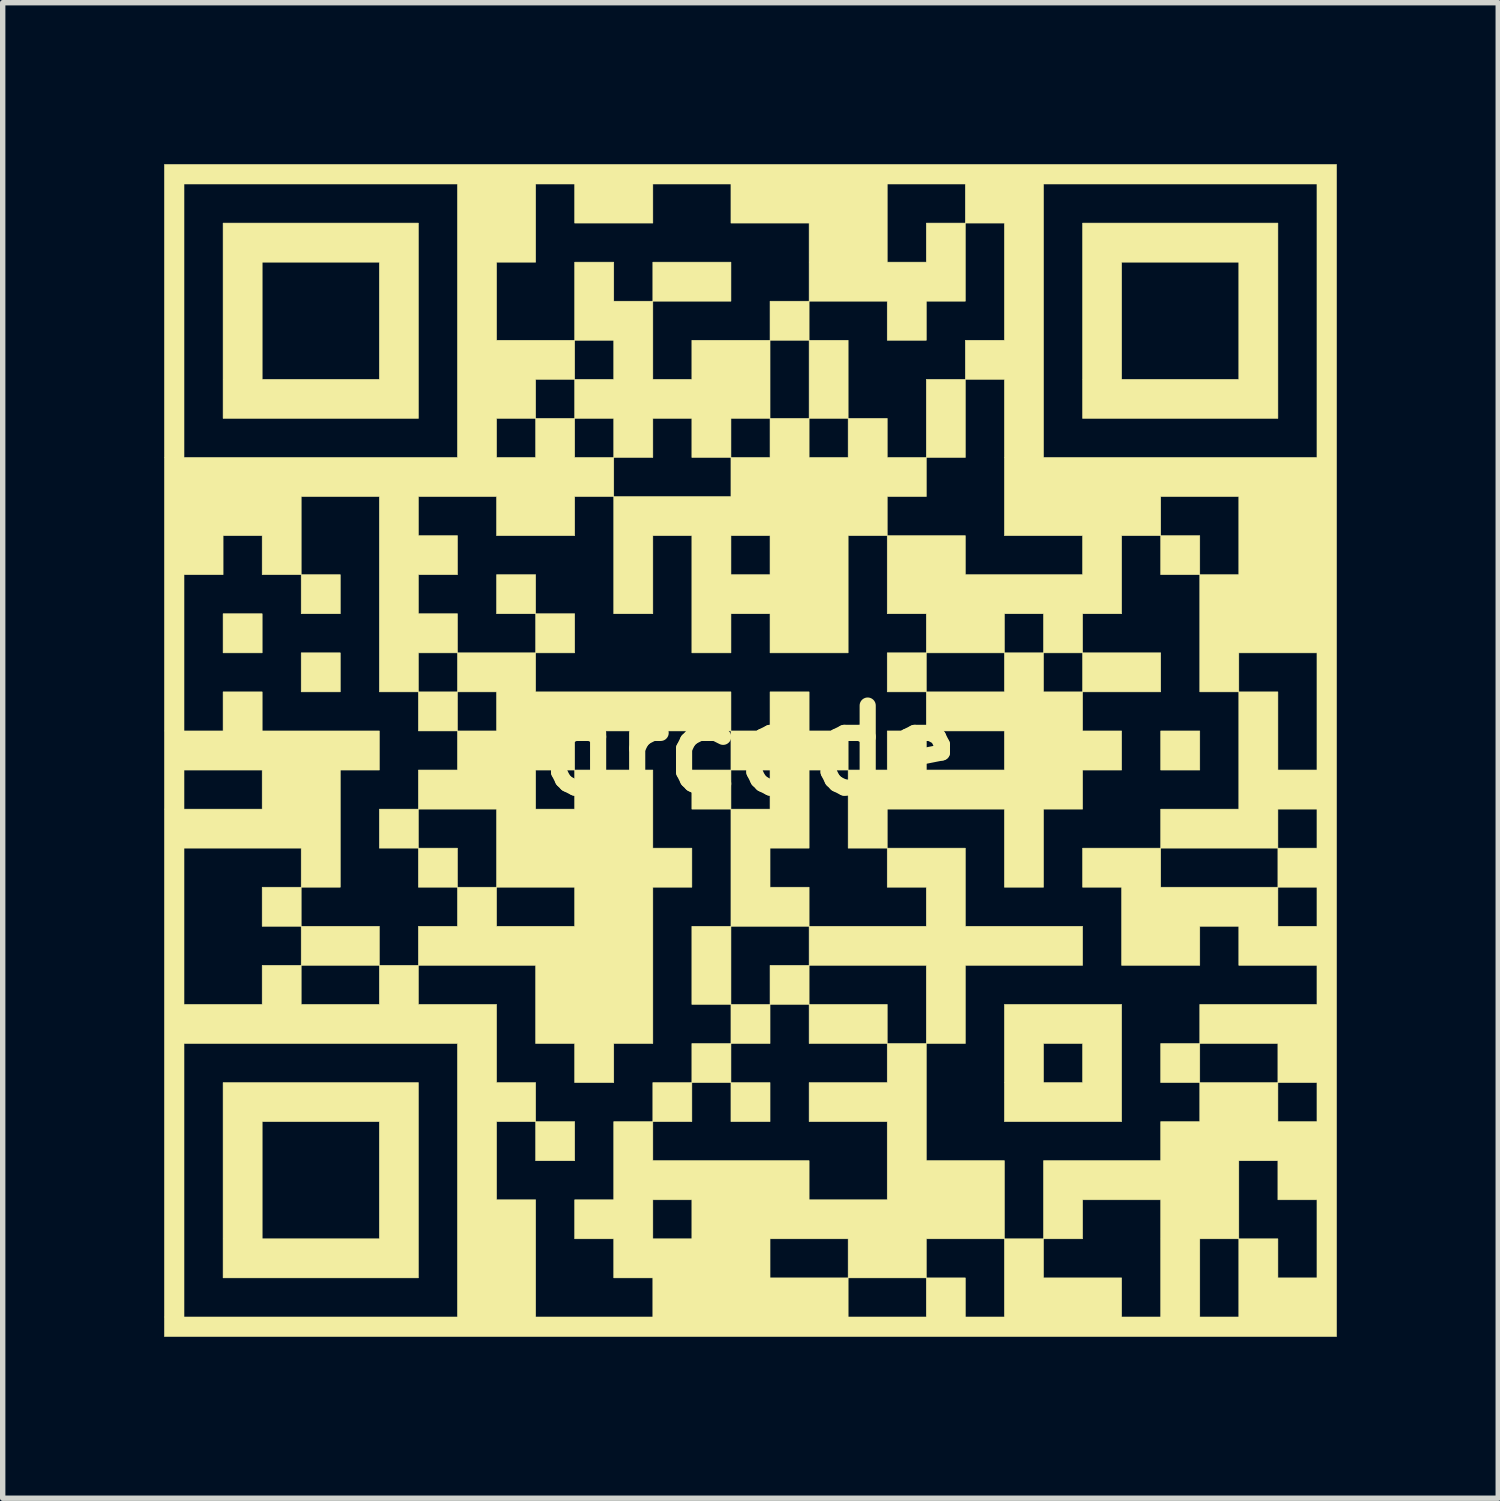
<source format=kicad_pcb>
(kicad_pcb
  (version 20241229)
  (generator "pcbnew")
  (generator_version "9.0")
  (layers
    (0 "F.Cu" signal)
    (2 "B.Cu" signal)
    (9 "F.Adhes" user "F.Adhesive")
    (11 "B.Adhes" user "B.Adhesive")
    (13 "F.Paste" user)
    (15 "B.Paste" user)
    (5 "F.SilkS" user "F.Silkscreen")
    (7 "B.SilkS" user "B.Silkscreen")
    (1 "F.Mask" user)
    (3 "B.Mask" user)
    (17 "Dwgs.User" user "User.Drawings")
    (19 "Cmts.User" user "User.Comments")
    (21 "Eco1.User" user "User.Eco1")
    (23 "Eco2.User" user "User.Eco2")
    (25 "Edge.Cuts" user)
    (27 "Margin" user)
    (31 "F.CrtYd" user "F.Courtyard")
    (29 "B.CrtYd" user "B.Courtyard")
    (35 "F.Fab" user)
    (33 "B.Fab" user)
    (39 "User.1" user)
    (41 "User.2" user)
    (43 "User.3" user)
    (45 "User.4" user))
  (footprint "qrcode"
    (layer "F.Cu")
    (at 10.891 10.891)
    (property "Reference" "qrcode" (at 0 0 0) (layer "F.SilkS") (effects (font (size 1.524 1.524) (thickness 0.3))))
    (attr through_hole)
    (fp_poly (pts (xy -9.071 -1.814) (xy -9.797 -1.814) (xy -9.797 -2.54) (xy -9.071 -2.54) (xy -9.071 -1.814)) (stroke (width 0.01) (type solid)) (fill yes) (layer "F.SilkS"))
    (fp_poly (pts (xy -9.071 3.266) (xy -9.071 2.54) (xy -8.346 2.54) (xy -8.346 3.266) (xy -9.071 3.266)) (stroke (width 0.01) (type solid)) (fill yes) (layer "F.SilkS"))
    (fp_poly (pts (xy -7.62 -2.54) (xy -8.346 -2.54) (xy -8.346 -3.266) (xy -7.62 -3.266) (xy -7.62 -2.54)) (stroke (width 0.01) (type solid)) (fill yes) (layer "F.SilkS"))
    (fp_poly (pts (xy -7.62 -1.089) (xy -8.346 -1.089) (xy -8.346 -1.814) (xy -7.62 -1.814) (xy -7.62 -1.089)) (stroke (width 0.01) (type solid)) (fill yes) (layer "F.SilkS"))
    (fp_poly (pts (xy -6.894 3.266) (xy -6.894 3.991) (xy -8.346 3.991) (xy -8.346 3.266) (xy -6.894 3.266)) (stroke (width 0.01) (type solid)) (fill yes) (layer "F.SilkS"))
    (fp_poly (pts (xy -4.717 -2.54) (xy -4.717 -3.266) (xy -3.991 -3.266) (xy -3.991 -2.54) (xy -4.717 -2.54)) (stroke (width 0.01) (type solid)) (fill yes) (layer "F.SilkS"))
    (fp_poly (pts (xy -3.991 -2.54) (xy -3.266 -2.54) (xy -3.266 -1.814) (xy -3.991 -1.814) (xy -3.991 -2.54)) (stroke (width 0.01) (type solid)) (fill yes) (layer "F.SilkS"))
    (fp_poly (pts (xy -3.266 7.62) (xy -3.991 7.62) (xy -3.991 6.894) (xy -3.266 6.894) (xy -3.266 7.62)) (stroke (width 0.01) (type solid)) (fill yes) (layer "F.SilkS"))
    (fp_poly (pts (xy -1.814 -9.071) (xy -0.363 -9.071) (xy -0.363 -8.346) (xy -1.814 -8.346) (xy -1.814 -9.071)) (stroke (width 0.01) (type solid)) (fill yes) (layer "F.SilkS"))
    (fp_poly (pts (xy -1.089 5.443) (xy -0.363 5.443) (xy -0.363 6.169) (xy -1.089 6.169) (xy -1.089 5.443)) (stroke (width 0.01) (type solid)) (fill yes) (layer "F.SilkS"))
    (fp_poly (pts (xy -1.089 6.894) (xy -1.814 6.894) (xy -1.814 6.169) (xy -1.089 6.169) (xy -1.089 6.894)) (stroke (width 0.01) (type solid)) (fill yes) (layer "F.SilkS"))
    (fp_poly (pts (xy 0.363 -8.346) (xy 1.089 -8.346) (xy 1.089 -7.62) (xy 0.363 -7.62) (xy 0.363 -8.346)) (stroke (width 0.01) (type solid)) (fill yes) (layer "F.SilkS"))
    (fp_poly (pts (xy 0.363 6.894) (xy -0.363 6.894) (xy -0.363 6.169) (xy 0.363 6.169) (xy 0.363 6.894)) (stroke (width 0.01) (type solid)) (fill yes) (layer "F.SilkS"))
    (fp_poly (pts (xy 2.54 -1.089) (xy 2.54 -1.814) (xy 3.266 -1.814) (xy 3.266 -1.089) (xy 2.54 -1.089)) (stroke (width 0.01) (type solid)) (fill yes) (layer "F.SilkS"))
    (fp_poly (pts (xy 2.54 5.443) (xy 1.089 5.443) (xy 1.089 4.717) (xy 2.54 4.717) (xy 2.54 5.443)) (stroke (width 0.01) (type solid)) (fill yes) (layer "F.SilkS"))
    (fp_poly (pts (xy 3.266 -6.894) (xy 3.991 -6.894) (xy 3.991 -5.443) (xy 3.266 -5.443) (xy 3.266 -6.894)) (stroke (width 0.01) (type solid)) (fill yes) (layer "F.SilkS"))
    (fp_poly (pts (xy 6.169 -1.814) (xy 7.62 -1.814) (xy 7.62 -1.089) (xy 6.169 -1.089) (xy 6.169 -1.814)) (stroke (width 0.01) (type solid)) (fill yes) (layer "F.SilkS"))
    (fp_poly (pts (xy 8.346 -3.266) (xy 7.62 -3.266) (xy 7.62 -3.991) (xy 8.346 -3.991) (xy 8.346 -3.266)) (stroke (width 0.01) (type solid)) (fill yes) (layer "F.SilkS"))
    (fp_poly (pts (xy 8.346 0.363) (xy 7.62 0.363) (xy 7.62 -0.363) (xy 8.346 -0.363) (xy 8.346 0.363)) (stroke (width 0.01) (type solid)) (fill yes) (layer "F.SilkS"))
    (fp_poly (pts (xy 8.346 6.169) (xy 7.62 6.169) (xy 7.62 5.443) (xy 8.346 5.443) (xy 8.346 6.169)) (stroke (width 0.01) (type solid)) (fill yes) (layer "F.SilkS"))
    (fp_poly (pts (xy -6.169 -6.169) (xy -9.797 -6.169) (xy -9.797 -9.071) (xy -9.071 -9.071) (xy -9.071 -6.894) (xy -6.894 -6.894) (xy -6.894 -9.071) (xy -9.071 -9.071) (xy -9.797 -9.071) (xy -9.797 -9.797) (xy -6.169 -9.797) (xy -6.169 -6.169)) (stroke (width 0.01) (type solid)) (fill yes) (layer "F.SilkS"))
    (fp_poly (pts (xy -6.169 9.797) (xy -9.797 9.797) (xy -9.797 6.894) (xy -9.071 6.894) (xy -9.071 9.071) (xy -6.894 9.071) (xy -6.894 6.894) (xy -9.071 6.894) (xy -9.797 6.894) (xy -9.797 6.169) (xy -6.169 6.169) (xy -6.169 9.797)) (stroke (width 0.01) (type solid)) (fill yes) (layer "F.SilkS"))
    (fp_poly (pts (xy 6.894 6.894) (xy 4.717 6.894) (xy 4.717 5.443) (xy 5.443 5.443) (xy 5.443 6.169) (xy 6.169 6.169) (xy 6.169 5.443) (xy 5.443 5.443) (xy 4.717 5.443) (xy 4.717 4.717) (xy 6.894 4.717) (xy 6.894 6.894)) (stroke (width 0.01) (type solid)) (fill yes) (layer "F.SilkS"))
    (fp_poly (pts (xy 9.797 -6.169) (xy 6.169 -6.169) (xy 6.169 -9.071) (xy 6.894 -9.071) (xy 6.894 -6.894) (xy 9.071 -6.894) (xy 9.071 -9.071) (xy 6.894 -9.071) (xy 6.169 -9.071) (xy 6.169 -9.797) (xy 9.797 -9.797) (xy 9.797 -6.169)) (stroke (width 0.01) (type solid)) (fill yes) (layer "F.SilkS"))
    (fp_poly (pts (xy -1.814 -6.894) (xy -1.089 -6.894) (xy -1.089 -7.62) (xy 0.363 -7.62) (xy 0.363 -6.169) (xy -0.363 -6.169) (xy -0.363 -5.443) (xy -1.089 -5.443) (xy -1.089 -6.169) (xy -1.814 -6.169) (xy -1.814 -5.443) (xy -2.54 -5.443) (xy -2.54 -6.169) (xy -3.266 -6.169) (xy -3.266 -6.894) (xy -2.54 -6.894) (xy -2.54 -7.62) (xy -3.266 -7.62) (xy -3.266 -9.071) (xy -2.54 -9.071) (xy -2.54 -8.346) (xy -1.814 -8.346) (xy -1.814 -6.894)) (stroke (width 0.01) (type solid)) (fill yes) (layer "F.SilkS"))
    (fp_poly (pts (xy 2.54 -6.169) (xy 2.54 -5.443) (xy 3.266 -5.443) (xy 3.266 -4.717) (xy 2.54 -4.717) (xy 2.54 -3.991) (xy 1.814 -3.991) (xy 1.814 -1.814) (xy 0.363 -1.814) (xy 0.363 -2.54) (xy -0.363 -2.54) (xy -0.363 -1.814) (xy -1.089 -1.814) (xy -1.089 -3.991) (xy -0.363 -3.991) (xy -0.363 -3.266) (xy 0.363 -3.266) (xy 0.363 -3.991) (xy -0.363 -3.991) (xy -1.089 -3.991) (xy -1.814 -3.991) (xy -1.814 -2.54) (xy -2.54 -2.54) (xy -2.54 -4.717) (xy -0.363 -4.717) (xy -0.363 -5.443) (xy 0.363 -5.443) (xy 0.363 -6.169) (xy 1.089 -6.169) (xy 1.089 -5.443) (xy 1.814 -5.443) (xy 1.814 -6.169) (xy 1.089 -6.169) (xy 1.089 -7.62) (xy 1.814 -7.62) (xy 1.814 -6.169) (xy 2.54 -6.169)) (stroke (width 0.01) (type solid)) (fill yes) (layer "F.SilkS"))
    (fp_poly (pts (xy -3.266 -0.363) (xy -3.266 0.363) (xy -1.814 0.363) (xy -1.814 1.814) (xy -1.089 1.814) (xy -1.089 2.54) (xy -1.814 2.54) (xy -1.814 5.443) (xy -2.54 5.443) (xy -2.54 6.169) (xy -3.266 6.169) (xy -3.266 5.443) (xy -3.991 5.443) (xy -3.991 3.991) (xy -6.169 3.991) (xy -6.169 3.266) (xy -5.443 3.266) (xy -4.717 3.266) (xy -3.266 3.266) (xy -3.266 2.54) (xy -4.717 2.54) (xy -4.717 3.266) (xy -5.443 3.266) (xy -5.443 2.54) (xy -6.169 2.54) (xy -6.169 1.814) (xy -6.894 1.814) (xy -6.894 1.089) (xy -6.169 1.089) (xy -6.169 1.814) (xy -5.443 1.814) (xy -5.443 2.54) (xy -4.717 2.54) (xy -4.717 1.089) (xy -6.169 1.089) (xy -6.169 0.363) (xy -5.443 0.363) (xy -3.991 0.363) (xy -3.991 1.089) (xy -3.266 1.089) (xy -3.266 0.363) (xy -3.991 0.363) (xy -5.443 0.363) (xy -5.443 -0.363) (xy -6.169 -0.363) (xy -6.169 -1.089) (xy -5.443 -1.089) (xy -5.443 -0.363) (xy -4.717 -0.363) (xy -4.717 -1.089) (xy -5.443 -1.089) (xy -5.443 -1.814) (xy -3.991 -1.814) (xy -3.991 -1.089) (xy -0.363 -1.089) (xy -0.363 -0.363) (xy -3.266 -0.363)) (stroke (width 0.01) (type solid)) (fill yes) (layer "F.SilkS"))
    (fp_poly (pts (xy 4.717 -1.089) (xy 4.717 -1.814) (xy 5.443 -1.814) (xy 5.443 -1.089) (xy 6.169 -1.089) (xy 6.169 -0.363) (xy 6.894 -0.363) (xy 6.894 0.363) (xy 6.169 0.363) (xy 6.169 1.089) (xy 5.443 1.089) (xy 5.443 2.54) (xy 4.717 2.54) (xy 4.717 1.089) (xy 2.54 1.089) (xy 2.54 1.814) (xy 3.991 1.814) (xy 3.991 3.266) (xy 6.169 3.266) (xy 6.169 3.991) (xy 3.991 3.991) (xy 3.991 5.443) (xy 3.266 5.443) (xy 3.266 3.991) (xy 1.089 3.991) (xy 1.089 4.717) (xy 0.363 4.717) (xy 0.363 5.443) (xy -0.363 5.443) (xy -0.363 4.717) (xy -1.089 4.717) (xy -1.089 3.266) (xy -0.363 3.266) (xy -0.363 4.717) (xy 0.363 4.717) (xy 0.363 3.991) (xy 1.089 3.991) (xy 1.089 3.266) (xy -0.363 3.266) (xy -0.363 1.814) (xy 0.363 1.814) (xy 0.363 2.54) (xy 1.089 2.54) (xy 1.089 3.266) (xy 3.266 3.266) (xy 3.266 2.54) (xy 2.54 2.54) (xy 2.54 1.814) (xy 1.814 1.814) (xy 1.814 0.363) (xy 1.089 0.363) (xy 1.089 1.814) (xy 0.363 1.814) (xy -0.363 1.814) (xy -0.363 1.089) (xy -1.089 1.089) (xy -1.089 0.363) (xy -0.363 0.363) (xy -0.363 1.089) (xy 0.363 1.089) (xy 0.363 0.363) (xy -0.363 0.363) (xy -0.363 -0.363) (xy 0.363 -0.363) (xy 0.363 -1.089) (xy 1.089 -1.089) (xy 1.089 -0.363) (xy 1.814 -0.363) (xy 1.814 0.363) (xy 2.54 0.363) (xy 2.54 -0.363) (xy 3.266 -0.363) (xy 3.266 0.363) (xy 4.717 0.363) (xy 4.717 -0.363) (xy 3.266 -0.363) (xy 3.266 -1.089) (xy 4.717 -1.089)) (stroke (width 0.01) (type solid)) (fill yes) (layer "F.SilkS"))
    (fp_poly (pts (xy 10.886 10.886) (xy -10.886 10.886) (xy -10.886 5.443) (xy -10.523 5.443) (xy -10.523 10.523) (xy -5.443 10.523) (xy -5.443 5.443) (xy -10.523 5.443) (xy -10.886 5.443) (xy -10.886 0.363) (xy -10.523 0.363) (xy -10.523 1.089) (xy -9.071 1.089) (xy -9.071 0.363) (xy -10.523 0.363) (xy -10.886 0.363) (xy -10.886 -3.266) (xy -10.523 -3.266) (xy -10.523 -0.363) (xy -9.797 -0.363) (xy -9.797 -1.089) (xy -9.071 -1.089) (xy -9.071 -0.363) (xy -6.894 -0.363) (xy -6.894 0.363) (xy -7.62 0.363) (xy -7.62 2.54) (xy -8.346 2.54) (xy -8.346 1.814) (xy -10.523 1.814) (xy -10.523 4.717) (xy -9.071 4.717) (xy -9.071 3.991) (xy -8.346 3.991) (xy -8.346 4.717) (xy -6.894 4.717) (xy -6.894 3.991) (xy -6.169 3.991) (xy -6.169 4.717) (xy -4.717 4.717) (xy -4.717 6.169) (xy -3.991 6.169) (xy -3.991 6.894) (xy -4.717 6.894) (xy -4.717 8.346) (xy -3.991 8.346) (xy -3.991 10.523) (xy -1.814 10.523) (xy 1.814 10.523) (xy 3.266 10.523) (xy 3.266 9.797) (xy 1.814 9.797) (xy 1.814 10.523) (xy -1.814 10.523) (xy -1.814 9.797) (xy -2.54 9.797) (xy -2.54 9.071) (xy -3.266 9.071) (xy -3.266 8.346) (xy -2.54 8.346) (xy -1.814 8.346) (xy -1.814 9.071) (xy -1.089 9.071) (xy 0.363 9.071) (xy 0.363 9.797) (xy 1.814 9.797) (xy 1.814 9.071) (xy 3.266 9.071) (xy 3.266 9.797) (xy 3.991 9.797) (xy 3.991 10.523) (xy 4.717 10.523) (xy 4.717 9.797) (xy 5.443 9.797) (xy 6.894 9.797) (xy 6.894 10.523) (xy 7.62 10.523) (xy 7.62 9.071) (xy 8.346 9.071) (xy 8.346 10.523) (xy 9.071 10.523) (xy 9.071 9.071) (xy 8.346 9.071) (xy 7.62 9.071) (xy 7.62 8.346) (xy 6.169 8.346) (xy 6.169 9.071) (xy 5.443 9.071) (xy 5.443 9.797) (xy 4.717 9.797) (xy 4.717 9.071) (xy 3.266 9.071) (xy 1.814 9.071) (xy 0.363 9.071) (xy -1.089 9.071) (xy -1.089 8.346) (xy -1.814 8.346) (xy -2.54 8.346) (xy -2.54 6.894) (xy -1.814 6.894) (xy -1.814 7.62) (xy 1.089 7.62) (xy 1.089 8.346) (xy 2.54 8.346) (xy 2.54 6.894) (xy 1.089 6.894) (xy 1.089 6.169) (xy 2.54 6.169) (xy 2.54 5.443) (xy 3.266 5.443) (xy 3.266 7.62) (xy 4.717 7.62) (xy 4.717 9.071) (xy 5.443 9.071) (xy 5.443 7.62) (xy 7.62 7.62) (xy 9.071 7.62) (xy 9.071 9.071) (xy 9.797 9.071) (xy 9.797 9.797) (xy 10.523 9.797) (xy 10.523 8.346) (xy 9.797 8.346) (xy 9.797 7.62) (xy 9.071 7.62) (xy 7.62 7.62) (xy 7.62 6.894) (xy 8.346 6.894) (xy 8.346 6.169) (xy 9.797 6.169) (xy 9.797 6.894) (xy 10.523 6.894) (xy 10.523 6.169) (xy 9.797 6.169) (xy 9.797 5.443) (xy 8.346 5.443) (xy 8.346 4.717) (xy 10.523 4.717) (xy 10.523 3.991) (xy 9.071 3.991) (xy 9.071 3.266) (xy 9.797 3.266) (xy 10.523 3.266) (xy 10.523 2.54) (xy 9.797 2.54) (xy 9.797 3.266) (xy 9.071 3.266) (xy 8.346 3.266) (xy 8.346 3.991) (xy 6.894 3.991) (xy 6.894 2.54) (xy 6.169 2.54) (xy 6.169 1.814) (xy 7.62 1.814) (xy 7.62 2.54) (xy 9.797 2.54) (xy 9.797 1.814) (xy 7.62 1.814) (xy 7.62 1.089) (xy 9.071 1.089) (xy 9.797 1.089) (xy 9.797 1.814) (xy 10.523 1.814) (xy 10.523 1.089) (xy 9.797 1.089) (xy 9.071 1.089) (xy 9.071 -1.089) (xy 8.346 -1.089) (xy 8.346 -1.814) (xy 9.071 -1.814) (xy 9.071 -1.089) (xy 9.797 -1.089) (xy 9.797 0.363) (xy 10.523 0.363) (xy 10.523 -1.814) (xy 9.071 -1.814) (xy 8.346 -1.814) (xy 8.346 -3.266) (xy 9.071 -3.266) (xy 9.071 -4.717) (xy 7.62 -4.717) (xy 7.62 -3.991) (xy 6.894 -3.991) (xy 6.894 -2.54) (xy 6.169 -2.54) (xy 6.169 -1.814) (xy 5.443 -1.814) (xy 5.443 -2.54) (xy 4.717 -2.54) (xy 4.717 -1.814) (xy 3.266 -1.814) (xy 3.266 -2.54) (xy 2.54 -2.54) (xy 2.54 -3.991) (xy 3.991 -3.991) (xy 3.991 -3.266) (xy 6.169 -3.266) (xy 6.169 -3.991) (xy 4.717 -3.991) (xy 4.717 -6.894) (xy 3.991 -6.894) (xy 3.991 -7.62) (xy 4.717 -7.62) (xy 4.717 -9.797) (xy 3.991 -9.797) (xy 3.991 -8.346) (xy 3.266 -8.346) (xy 3.266 -7.62) (xy 2.54 -7.62) (xy 2.54 -8.346) (xy 1.089 -8.346) (xy 1.089 -9.797) (xy -0.363 -9.797) (xy -0.363 -10.523) (xy 2.54 -10.523) (xy 2.54 -9.071) (xy 3.266 -9.071) (xy 3.266 -9.797) (xy 3.991 -9.797) (xy 3.991 -10.523) (xy 5.443 -10.523) (xy 5.443 -5.443) (xy 10.523 -5.443) (xy 10.523 -10.523) (xy 5.443 -10.523) (xy 3.991 -10.523) (xy 2.54 -10.523) (xy -0.363 -10.523) (xy -1.814 -10.523) (xy -1.814 -9.797) (xy -3.266 -9.797) (xy -3.266 -10.523) (xy -3.991 -10.523) (xy -3.991 -9.071) (xy -4.717 -9.071) (xy -4.717 -7.62) (xy -3.266 -7.62) (xy -3.266 -6.894) (xy -3.991 -6.894) (xy -3.991 -6.169) (xy -3.266 -6.169) (xy -3.266 -5.443) (xy -2.54 -5.443) (xy -2.54 -4.717) (xy -3.266 -4.717) (xy -3.266 -3.991) (xy -4.717 -3.991) (xy -4.717 -4.717) (xy -6.169 -4.717) (xy -6.169 -3.991) (xy -5.443 -3.991) (xy -5.443 -3.266) (xy -6.169 -3.266) (xy -6.169 -2.54) (xy -5.443 -2.54) (xy -5.443 -1.814) (xy -6.169 -1.814) (xy -6.169 -1.089) (xy -6.894 -1.089) (xy -6.894 -4.717) (xy -8.346 -4.717) (xy -8.346 -3.266) (xy -9.071 -3.266) (xy -9.071 -3.991) (xy -9.797 -3.991) (xy -9.797 -3.266) (xy -10.523 -3.266) (xy -10.886 -3.266) (xy -10.886 -10.523) (xy -10.523 -10.523) (xy -10.523 -5.443) (xy -5.443 -5.443) (xy -5.443 -6.169) (xy -4.717 -6.169) (xy -4.717 -5.443) (xy -3.991 -5.443) (xy -3.991 -6.169) (xy -4.717 -6.169) (xy -5.443 -6.169) (xy -5.443 -10.523) (xy -10.523 -10.523) (xy -10.886 -10.523) (xy -10.886 -10.886) (xy 10.886 -10.886) (xy 10.886 10.886)) (stroke (width 0.01) (type solid)) (fill yes) (layer "F.SilkS")))
  (gr_rect
    (start -3 -3)
    (end 24.781 24.781)
    (stroke (width 0.1) (type default))
    (fill no)
    (layer "Edge.Cuts")))
</source>
